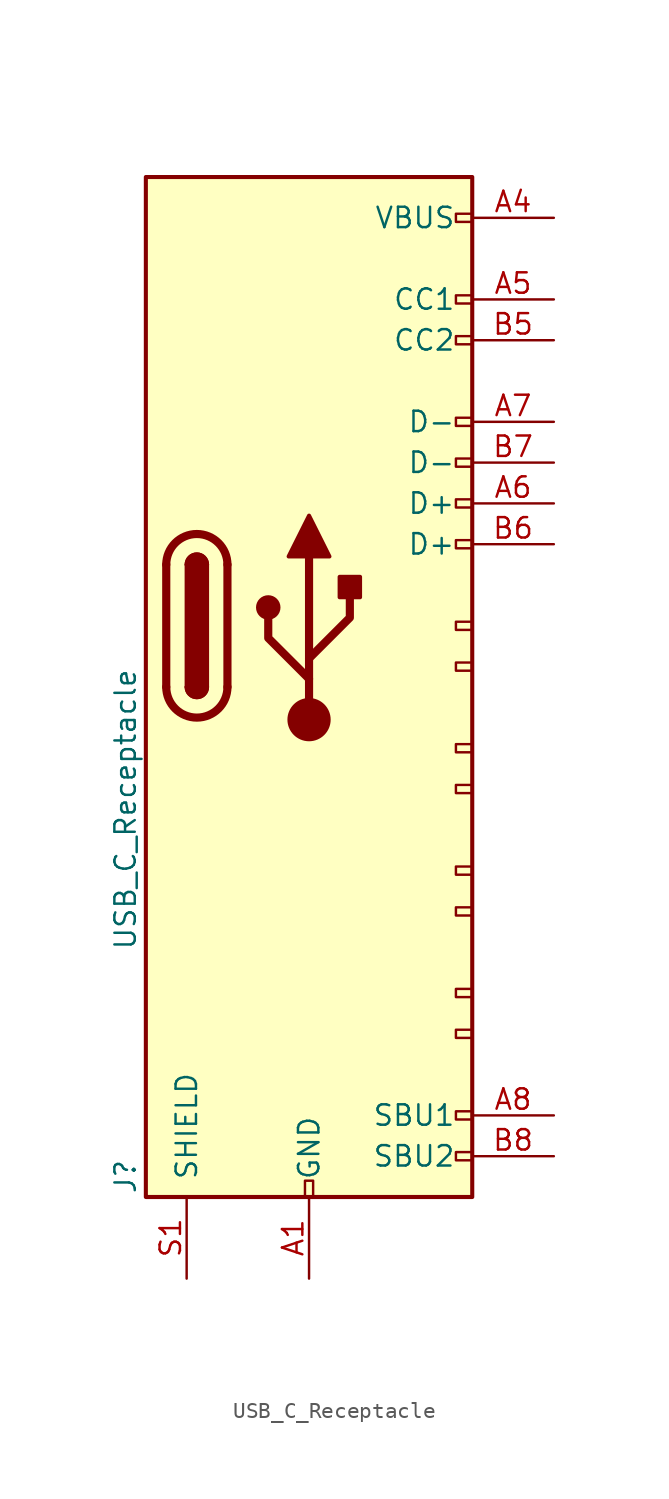
<source format=kicad_sym>
(kicad_symbol_lib
  (version 20211014)
  (generator kicad_symbol_editor)
  (symbol "USB_C_Receptacle"
    (pin_names
      (offset 1.016))
    (property "Reference" "J"
      (at -11.43 -34.29 90)
      (effects (font (size 1.27 1.27))))
    (property "Value" "USB_C_Receptacle"
      (at -11.43 -11.43 90)
      (effects (font (size 1.27 1.27))))
    (symbol "USB_C_Receptacle_0_0"
      (rectangle (start -0.254 -35.56) (end 0.254 -34.544) (stroke (width 0) (type default) (color 0 0 0 0)) (fill (type none)))
      (rectangle (start 10.16 -32.766) (end 9.144 -33.274) (stroke (width 0) (type default) (color 0 0 0 0)) (fill (type none)))
      (rectangle (start 10.16 -30.226) (end 9.144 -30.734) (stroke (width 0) (type default) (color 0 0 0 0)) (fill (type none)))
      (rectangle (start 10.16 -25.146) (end 9.144 -25.654) (stroke (width 0) (type default) (color 0 0 0 0)) (fill (type none)))
      (rectangle (start 10.16 -22.606) (end 9.144 -23.114) (stroke (width 0) (type default) (color 0 0 0 0)) (fill (type none)))
      (rectangle (start 10.16 -17.526) (end 9.144 -18.034) (stroke (width 0) (type default) (color 0 0 0 0)) (fill (type none)))
      (rectangle (start 10.16 -14.986) (end 9.144 -15.494) (stroke (width 0) (type default) (color 0 0 0 0)) (fill (type none)))
      (rectangle (start 10.16 -9.906) (end 9.144 -10.414) (stroke (width 0) (type default) (color 0 0 0 0)) (fill (type none)))
      (rectangle (start 10.16 -7.366) (end 9.144 -7.874) (stroke (width 0) (type default) (color 0 0 0 0)) (fill (type none)))
      (rectangle (start 10.16 -2.286) (end 9.144 -2.794) (stroke (width 0) (type default) (color 0 0 0 0)) (fill (type none)))
      (rectangle (start 10.16 0.254) (end 9.144 -0.254) (stroke (width 0) (type default) (color 0 0 0 0)) (fill (type none)))
      (rectangle (start 10.16 5.334) (end 9.144 4.826) (stroke (width 0) (type default) (color 0 0 0 0)) (fill (type none)))
      (rectangle (start 10.16 7.874) (end 9.144 7.366) (stroke (width 0) (type default) (color 0 0 0 0)) (fill (type none)))
      (rectangle (start 10.16 10.414) (end 9.144 9.906) (stroke (width 0) (type default) (color 0 0 0 0)) (fill (type none)))
      (rectangle (start 10.16 12.954) (end 9.144 12.446) (stroke (width 0) (type default) (color 0 0 0 0)) (fill (type none)))
      (rectangle (start 10.16 18.034) (end 9.144 17.526) (stroke (width 0) (type default) (color 0 0 0 0)) (fill (type none)))
      (rectangle (start 10.16 20.574) (end 9.144 20.066) (stroke (width 0) (type default) (color 0 0 0 0)) (fill (type none)))
      (rectangle (start 10.16 25.654) (end 9.144 25.146) (stroke (width 0) (type default) (color 0 0 0 0)) (fill (type none))))
    (symbol "USB_C_Receptacle_0_1"
      (rectangle (start -10.16 27.94) (end 10.16 -35.56) (stroke (width 0.254) (type default) (color 0 0 0 0)) (fill (type background)))
      (arc (start -8.89 -3.81) (mid -6.985 -5.715) (end -5.08 -3.81) (stroke (width 0.508) (type default) (color 0 0 0 0)) (fill (type none)))
      (arc (start -7.62 -3.81) (mid -6.985 -4.445) (end -6.35 -3.81) (stroke (width 0.254) (type default) (color 0 0 0 0)) (fill (type none)))
      (arc (start -7.62 -3.81) (mid -6.985 -4.445) (end -6.35 -3.81) (stroke (width 0.254) (type default) (color 0 0 0 0)) (fill (type outline)))
      (rectangle (start -7.62 -3.81) (end -6.35 3.81) (stroke (width 0.254) (type default) (color 0 0 0 0)) (fill (type outline)))
      (arc (start -6.35 3.81) (mid -6.985 4.445) (end -7.62 3.81) (stroke (width 0.254) (type default) (color 0 0 0 0)) (fill (type none)))
      (arc (start -6.35 3.81) (mid -6.985 4.445) (end -7.62 3.81) (stroke (width 0.254) (type default) (color 0 0 0 0)) (fill (type outline)))
      (arc (start -5.08 3.81) (mid -6.985 5.715) (end -8.89 3.81) (stroke (width 0.508) (type default) (color 0 0 0 0)) (fill (type none)))
      (polyline (pts (xy -8.89 -3.81) (xy -8.89 3.81)) (stroke (width 0.508) (type default) (color 0 0 0 0)) (fill (type none)))
      (polyline (pts (xy -5.08 3.81) (xy -5.08 -3.81)) (stroke (width 0.508) (type default) (color 0 0 0 0)) (fill (type none))))
    (symbol "USB_C_Receptacle_1_1"
      (circle (center -2.54 1.143) (radius 0.635) (stroke (width 0.254) (type default) (color 0 0 0 0)) (fill (type outline)))
      (circle (center 0 -5.842) (radius 1.27) (stroke (width 0) (type default) (color 0 0 0 0)) (fill (type outline)))
      (polyline (pts (xy 0 -5.842) (xy 0 4.318)) (stroke (width 0.508) (type default) (color 0 0 0 0)) (fill (type none)))
      (polyline (pts (xy 0 -3.302) (xy -2.54 -0.762) (xy -2.54 0.508)) (stroke (width 0.508) (type default) (color 0 0 0 0)) (fill (type none)))
      (polyline (pts (xy 0 -2.032) (xy 2.54 0.508) (xy 2.54 1.778)) (stroke (width 0.508) (type default) (color 0 0 0 0)) (fill (type none)))
      (polyline (pts (xy -1.27 4.318) (xy 0 6.858) (xy 1.27 4.318) (xy -1.27 4.318)) (stroke (width 0.254) (type default) (color 0 0 0 0)) (fill (type outline)))
      (rectangle (start 1.905 1.778) (end 3.175 3.048) (stroke (width 0.254) (type default) (color 0 0 0 0)) (fill (type outline)))
      (pin passive line (at 0 -40.64 90) (length 5.08) (name "GND" (effects (font (size 1.27 1.27)))) (number "A1" (effects (font (size 1.27 1.27)))))
      (pin passive line (at 0 -40.64 90) (length 5.08) hide (name "GND" (effects (font (size 1.27 1.27)))) (number "A12" (effects (font (size 1.27 1.27)))))
      (pin passive line (at 15.24 25.4 180) (length 5.08) (name "VBUS" (effects (font (size 1.27 1.27)))) (number "A4" (effects (font (size 1.27 1.27)))))
      (pin bidirectional line (at 15.24 20.32 180) (length 5.08) (name "CC1" (effects (font (size 1.27 1.27)))) (number "A5" (effects (font (size 1.27 1.27)))))
      (pin bidirectional line (at 15.24 7.62 180) (length 5.08) (name "D+" (effects (font (size 1.27 1.27)))) (number "A6" (effects (font (size 1.27 1.27)))))
      (pin bidirectional line (at 15.24 12.7 180) (length 5.08) (name "D-" (effects (font (size 1.27 1.27)))) (number "A7" (effects (font (size 1.27 1.27)))))
      (pin bidirectional line (at 15.24 -30.48 180) (length 5.08) (name "SBU1" (effects (font (size 1.27 1.27)))) (number "A8" (effects (font (size 1.27 1.27)))))
      (pin passive line (at 15.24 25.4 180) (length 5.08) hide (name "VBUS" (effects (font (size 1.27 1.27)))) (number "A9" (effects (font (size 1.27 1.27)))))
      (pin passive line (at 0 -40.64 90) (length 5.08) hide (name "GND" (effects (font (size 1.27 1.27)))) (number "B1" (effects (font (size 1.27 1.27)))))
      (pin passive line (at 0 -40.64 90) (length 5.08) hide (name "GND" (effects (font (size 1.27 1.27)))) (number "B12" (effects (font (size 1.27 1.27)))))
      (pin passive line (at 15.24 25.4 180) (length 5.08) hide (name "VBUS" (effects (font (size 1.27 1.27)))) (number "B4" (effects (font (size 1.27 1.27)))))
      (pin bidirectional line (at 15.24 17.78 180) (length 5.08) (name "CC2" (effects (font (size 1.27 1.27)))) (number "B5" (effects (font (size 1.27 1.27)))))
      (pin bidirectional line (at 15.24 5.08 180) (length 5.08) (name "D+" (effects (font (size 1.27 1.27)))) (number "B6" (effects (font (size 1.27 1.27)))))
      (pin bidirectional line (at 15.24 10.16 180) (length 5.08) (name "D-" (effects (font (size 1.27 1.27)))) (number "B7" (effects (font (size 1.27 1.27)))))
      (pin bidirectional line (at 15.24 -33.02 180) (length 5.08) (name "SBU2" (effects (font (size 1.27 1.27)))) (number "B8" (effects (font (size 1.27 1.27)))))
      (pin passive line (at 15.24 25.4 180) (length 5.08) hide (name "VBUS" (effects (font (size 1.27 1.27)))) (number "B9" (effects (font (size 1.27 1.27)))))
      (pin passive line (at -7.62 -40.64 90) (length 5.08) (name "SHIELD" (effects (font (size 1.27 1.27)))) (number "S1" (effects (font (size 1.27 1.27))))))))
</source>
